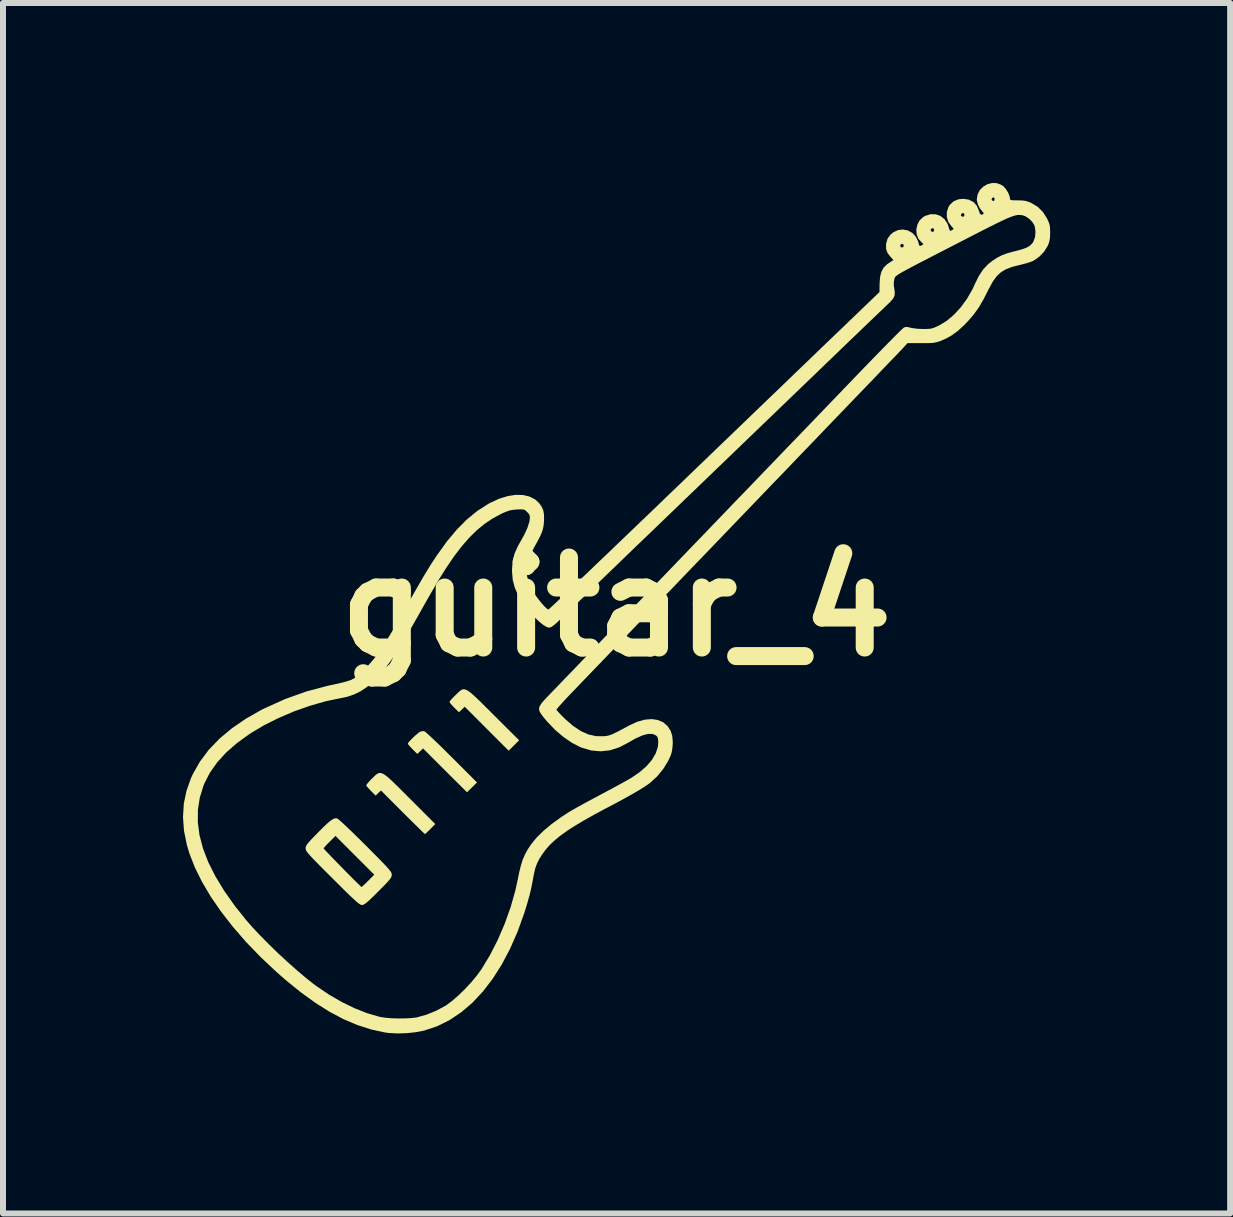
<source format=kicad_pcb>
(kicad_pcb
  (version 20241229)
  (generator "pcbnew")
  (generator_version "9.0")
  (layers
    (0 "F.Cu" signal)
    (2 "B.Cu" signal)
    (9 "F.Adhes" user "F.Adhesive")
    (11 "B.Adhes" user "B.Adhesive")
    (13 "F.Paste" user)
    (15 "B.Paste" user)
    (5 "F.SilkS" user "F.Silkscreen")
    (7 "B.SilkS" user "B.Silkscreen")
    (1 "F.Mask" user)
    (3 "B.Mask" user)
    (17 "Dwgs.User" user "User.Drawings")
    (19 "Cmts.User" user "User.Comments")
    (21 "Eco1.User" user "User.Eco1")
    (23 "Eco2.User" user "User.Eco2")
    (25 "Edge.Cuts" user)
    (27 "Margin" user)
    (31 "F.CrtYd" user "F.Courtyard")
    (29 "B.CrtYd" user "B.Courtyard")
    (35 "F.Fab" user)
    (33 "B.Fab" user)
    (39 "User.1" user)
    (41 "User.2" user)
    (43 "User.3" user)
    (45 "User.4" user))
  (footprint "guitar_4"
    (layer "F.Cu")
    (at 7.218 7.063)
    (property "Reference" "guitar_4" (at 0 0 0) (layer "F.SilkS") (effects (font (size 1.5 1.5) (thickness 0.3))))
    (attr board_only exclude_from_pos_files exclude_from_bom)
    (fp_poly (pts (xy -2.521 1.375) (xy -2.486 1.389) (xy -2.444 1.416) (xy -2.392 1.459) (xy -2.328 1.518) (xy -2.248 1.595) (xy -2.151 1.692) (xy -2.044 1.798) (xy -1.617 2.224) (xy -1.704 2.311) (xy -1.791 2.398) (xy -2.157 2.032) (xy -2.523 1.665) (xy -2.571 1.711) (xy -2.619 1.757) (xy -2.698 1.68) (xy -2.737 1.639) (xy -2.765 1.605) (xy -2.777 1.585) (xy -2.777 1.585) (xy -2.766 1.566) (xy -2.737 1.533) (xy -2.696 1.49) (xy -2.675 1.47) (xy -2.638 1.434) (xy -2.607 1.405) (xy -2.579 1.385) (xy -2.551 1.374)) (stroke (width 0) (type solid)) (fill yes) (layer "F.SilkS"))
    (fp_poly (pts (xy -3.197 2.073) (xy -3.179 2.086) (xy -3.141 2.118) (xy -3.086 2.169) (xy -3.017 2.234) (xy -2.936 2.311) (xy -2.847 2.399) (xy -2.752 2.494) (xy -2.741 2.504) (xy -2.319 2.927) (xy -2.402 3.009) (xy -2.485 3.091) (xy -2.852 2.726) (xy -3.218 2.36) (xy -3.266 2.406) (xy -3.313 2.452) (xy -3.392 2.374) (xy -3.431 2.333) (xy -3.46 2.3) (xy -3.471 2.28) (xy -3.471 2.28) (xy -3.46 2.26) (xy -3.431 2.227) (xy -3.391 2.186) (xy -3.347 2.145) (xy -3.306 2.109) (xy -3.273 2.085) (xy -3.268 2.083) (xy -3.227 2.071)) (stroke (width 0) (type solid)) (fill yes) (layer "F.SilkS"))
    (fp_poly (pts (xy -3.917 2.77) (xy -3.881 2.784) (xy -3.838 2.812) (xy -3.785 2.856) (xy -3.72 2.917) (xy -3.639 2.995) (xy -3.54 3.094) (xy -3.439 3.195) (xy -3.014 3.62) (xy -3.096 3.703) (xy -3.137 3.743) (xy -3.168 3.773) (xy -3.186 3.786) (xy -3.186 3.786) (xy -3.199 3.776) (xy -3.232 3.745) (xy -3.281 3.697) (xy -3.344 3.635) (xy -3.419 3.561) (xy -3.503 3.478) (xy -3.557 3.424) (xy -3.919 3.061) (xy -3.964 3.104) (xy -4.008 3.146) (xy -4.086 3.068) (xy -4.125 3.027) (xy -4.154 2.994) (xy -4.165 2.974) (xy -4.165 2.974) (xy -4.154 2.956) (xy -4.126 2.922) (xy -4.086 2.879) (xy -4.071 2.864) (xy -4.034 2.828) (xy -4.003 2.799) (xy -3.975 2.779) (xy -3.947 2.769)) (stroke (width 0) (type solid)) (fill yes) (layer "F.SilkS"))
    (fp_poly (pts (xy -4.649 3.527) (xy -4.63 3.54) (xy -4.591 3.573) (xy -4.536 3.623) (xy -4.466 3.689) (xy -4.385 3.767) (xy -4.295 3.855) (xy -4.198 3.951) (xy -4.175 3.973) (xy -4.065 4.085) (xy -3.974 4.176) (xy -3.902 4.25) (xy -3.846 4.308) (xy -3.805 4.353) (xy -3.776 4.388) (xy -3.756 4.414) (xy -3.745 4.435) (xy -3.74 4.451) (xy -3.739 4.465) (xy -3.741 4.485) (xy -3.749 4.507) (xy -3.765 4.533) (xy -3.793 4.567) (xy -3.835 4.613) (xy -3.895 4.674) (xy -3.964 4.744) (xy -4.044 4.823) (xy -4.105 4.882) (xy -4.151 4.923) (xy -4.185 4.95) (xy -4.211 4.964) (xy -4.231 4.969) (xy -4.236 4.97) (xy -4.25 4.967) (xy -4.269 4.958) (xy -4.295 4.94) (xy -4.33 4.911) (xy -4.375 4.87) (xy -4.434 4.815) (xy -4.508 4.743) (xy -4.599 4.653) (xy -4.71 4.542) (xy -4.728 4.524) (xy -4.841 4.412) (xy -4.932 4.32) (xy -5.006 4.245) (xy -5.063 4.186) (xy -5.105 4.14) (xy -5.136 4.105) (xy -5.156 4.078) (xy -5.168 4.057) (xy -5.173 4.04) (xy -5.175 4.025) (xy -4.875 4.025) (xy -4.864 4.039) (xy -4.835 4.071) (xy -4.79 4.118) (xy -4.733 4.178) (xy -4.667 4.245) (xy -4.596 4.318) (xy -4.524 4.392) (xy -4.453 4.464) (xy -4.387 4.53) (xy -4.33 4.587) (xy -4.284 4.631) (xy -4.254 4.66) (xy -4.243 4.669) (xy -4.229 4.659) (xy -4.199 4.631) (xy -4.157 4.591) (xy -4.133 4.567) (xy -4.031 4.464) (xy -4.354 4.141) (xy -4.677 3.818) (xy -4.776 3.916) (xy -4.82 3.961) (xy -4.854 3.998) (xy -4.873 4.021) (xy -4.875 4.025) (xy -5.175 4.025) (xy -5.175 4.025) (xy -5.175 4.025) (xy -5.173 4.003) (xy -5.164 3.98) (xy -5.147 3.953) (xy -5.117 3.917) (xy -5.072 3.868) (xy -5.009 3.803) (xy -4.974 3.767) (xy -4.889 3.682) (xy -4.822 3.618) (xy -4.77 3.573) (xy -4.729 3.544) (xy -4.697 3.528) (xy -4.669 3.524)) (stroke (width 0) (type solid)) (fill yes) (layer "F.SilkS"))
    (fp_poly (pts (xy 6.344 -7.061) (xy 6.419 -7.033) (xy 6.455 -7.008) (xy 6.496 -6.962) (xy 6.533 -6.903) (xy 6.557 -6.843) (xy 6.563 -6.807) (xy 6.565 -6.791) (xy 6.577 -6.781) (xy 6.603 -6.776) (xy 6.652 -6.774) (xy 6.693 -6.774) (xy 6.769 -6.772) (xy 6.827 -6.764) (xy 6.88 -6.747) (xy 6.912 -6.734) (xy 7.025 -6.667) (xy 7.114 -6.579) (xy 7.182 -6.471) (xy 7.208 -6.414) (xy 7.224 -6.368) (xy 7.231 -6.319) (xy 7.233 -6.254) (xy 7.233 -6.232) (xy 7.231 -6.157) (xy 7.223 -6.102) (xy 7.209 -6.054) (xy 7.189 -6.009) (xy 7.131 -5.917) (xy 7.053 -5.836) (xy 6.964 -5.773) (xy 6.931 -5.757) (xy 6.881 -5.739) (xy 6.813 -5.719) (xy 6.739 -5.7) (xy 6.721 -5.696) (xy 6.596 -5.664) (xy 6.494 -5.625) (xy 6.411 -5.574) (xy 6.34 -5.507) (xy 6.277 -5.419) (xy 6.215 -5.306) (xy 6.199 -5.275) (xy 6.12 -5.119) (xy 6.042 -4.987) (xy 5.96 -4.872) (xy 5.868 -4.765) (xy 5.807 -4.701) (xy 5.701 -4.604) (xy 5.601 -4.529) (xy 5.499 -4.471) (xy 5.402 -4.429) (xy 5.36 -4.415) (xy 5.318 -4.405) (xy 5.27 -4.398) (xy 5.207 -4.395) (xy 5.123 -4.394) (xy 5.082 -4.394) (xy 4.856 -4.394) (xy 4.79 -4.322) (xy 4.775 -4.305) (xy 4.738 -4.267) (xy 4.682 -4.208) (xy 4.607 -4.13) (xy 4.514 -4.033) (xy 4.404 -3.919) (xy 4.279 -3.788) (xy 4.139 -3.643) (xy 3.985 -3.483) (xy 3.819 -3.31) (xy 3.641 -3.125) (xy 3.453 -2.929) (xy 3.256 -2.723) (xy 3.049 -2.509) (xy 2.836 -2.286) (xy 2.616 -2.058) (xy 2.39 -1.823) (xy 2.161 -1.584) (xy 1.928 -1.342) (xy 1.693 -1.097) (xy 1.456 -0.851) (xy 1.219 -0.605) (xy 0.984 -0.36) (xy 0.75 -0.117) (xy 0.518 0.123) (xy 0.291 0.359) (xy 0.069 0.59) (xy -0.147 0.815) (xy -0.356 1.032) (xy -0.557 1.241) (xy -0.698 1.388) (xy -0.776 1.469) (xy -0.847 1.544) (xy -0.906 1.609) (xy -0.953 1.661) (xy -0.983 1.697) (xy -0.994 1.713) (xy -0.994 1.713) (xy -0.983 1.731) (xy -0.953 1.765) (xy -0.909 1.811) (xy -0.855 1.864) (xy -0.847 1.872) (xy -0.715 1.986) (xy -0.587 2.071) (xy -0.462 2.127) (xy -0.336 2.155) (xy -0.21 2.157) (xy -0.171 2.153) (xy -0.135 2.147) (xy -0.097 2.136) (xy -0.053 2.118) (xy 0.002 2.092) (xy 0.073 2.055) (xy 0.164 2.007) (xy 0.224 1.974) (xy 0.353 1.915) (xy 0.477 1.881) (xy 0.592 1.871) (xy 0.696 1.886) (xy 0.786 1.925) (xy 0.856 1.987) (xy 0.907 2.063) (xy 0.935 2.149) (xy 0.944 2.251) (xy 0.942 2.306) (xy 0.935 2.377) (xy 0.923 2.436) (xy 0.902 2.494) (xy 0.868 2.566) (xy 0.787 2.7) (xy 0.683 2.827) (xy 0.564 2.935) (xy 0.544 2.95) (xy 0.475 2.997) (xy 0.385 3.054) (xy 0.271 3.12) (xy 0.133 3.197) (xy -0.031 3.286) (xy -0.15 3.348) (xy -0.355 3.458) (xy -0.534 3.558) (xy -0.688 3.65) (xy -0.82 3.735) (xy -0.932 3.816) (xy -1.027 3.894) (xy -1.107 3.97) (xy -1.175 4.047) (xy -1.233 4.127) (xy -1.236 4.131) (xy -1.285 4.21) (xy -1.32 4.282) (xy -1.347 4.356) (xy -1.368 4.445) (xy -1.381 4.514) (xy -1.408 4.658) (xy -1.441 4.8) (xy -1.483 4.95) (xy -1.532 5.108) (xy -1.643 5.416) (xy -1.769 5.702) (xy -1.907 5.963) (xy -2.058 6.2) (xy -2.221 6.412) (xy -2.395 6.598) (xy -2.58 6.756) (xy -2.774 6.886) (xy -2.978 6.988) (xy -3.189 7.059) (xy -3.198 7.062) (xy -3.337 7.089) (xy -3.49 7.105) (xy -3.645 7.11) (xy -3.791 7.102) (xy -3.857 7.093) (xy -4.085 7.043) (xy -4.312 6.97) (xy -4.541 6.873) (xy -4.773 6.75) (xy -5.01 6.601) (xy -5.254 6.425) (xy -5.506 6.221) (xy -5.664 6.082) (xy -5.926 5.836) (xy -6.167 5.586) (xy -6.386 5.334) (xy -6.582 5.082) (xy -6.754 4.833) (xy -6.9 4.586) (xy -7.02 4.345) (xy -7.111 4.112) (xy -7.154 3.967) (xy -7.202 3.731) (xy -7.212 3.592) (xy -6.971 3.592) (xy -6.943 3.806) (xy -6.885 4.027) (xy -6.797 4.255) (xy -6.679 4.49) (xy -6.531 4.734) (xy -6.354 4.985) (xy -6.171 5.214) (xy -6.061 5.34) (xy -5.931 5.478) (xy -5.788 5.623) (xy -5.636 5.771) (xy -5.48 5.915) (xy -5.326 6.052) (xy -5.179 6.177) (xy -5.044 6.284) (xy -4.993 6.322) (xy -4.786 6.462) (xy -4.574 6.585) (xy -4.361 6.689) (xy -4.153 6.771) (xy -3.955 6.829) (xy -3.92 6.837) (xy -3.838 6.849) (xy -3.736 6.857) (xy -3.623 6.86) (xy -3.51 6.859) (xy -3.407 6.853) (xy -3.323 6.843) (xy -3.313 6.84) (xy -3.157 6.796) (xy -2.998 6.731) (xy -2.851 6.652) (xy -2.831 6.64) (xy -2.735 6.569) (xy -2.63 6.478) (xy -2.521 6.372) (xy -2.416 6.259) (xy -2.321 6.145) (xy -2.246 6.042) (xy -2.104 5.808) (xy -1.973 5.552) (xy -1.857 5.282) (xy -1.758 5.005) (xy -1.68 4.73) (xy -1.641 4.551) (xy -1.613 4.415) (xy -1.585 4.303) (xy -1.555 4.209) (xy -1.518 4.125) (xy -1.474 4.045) (xy -1.418 3.96) (xy -1.411 3.951) (xy -1.325 3.845) (xy -1.211 3.734) (xy -1.075 3.62) (xy -0.919 3.507) (xy -0.789 3.422) (xy -0.738 3.392) (xy -0.665 3.35) (xy -0.574 3.3) (xy -0.472 3.244) (xy -0.363 3.186) (xy -0.268 3.135) (xy -0.159 3.077) (xy -0.051 3.019) (xy 0.05 2.964) (xy 0.138 2.916) (xy 0.208 2.876) (xy 0.251 2.852) (xy 0.391 2.756) (xy 0.508 2.654) (xy 0.598 2.549) (xy 0.661 2.441) (xy 0.696 2.332) (xy 0.702 2.268) (xy 0.7 2.212) (xy 0.692 2.177) (xy 0.675 2.153) (xy 0.665 2.144) (xy 0.608 2.118) (xy 0.532 2.118) (xy 0.438 2.143) (xy 0.325 2.193) (xy 0.205 2.262) (xy 0.051 2.342) (xy -0.102 2.391) (xy -0.257 2.408) (xy -0.413 2.394) (xy -0.571 2.348) (xy -0.6 2.337) (xy -0.737 2.266) (xy -0.878 2.169) (xy -1.017 2.051) (xy -1.147 1.915) (xy -1.204 1.848) (xy -1.247 1.791) (xy -1.275 1.745) (xy -1.285 1.704) (xy -1.277 1.663) (xy -1.25 1.617) (xy -1.203 1.56) (xy -1.134 1.487) (xy -1.127 1.48) (xy -1.1 1.452) (xy -1.053 1.403) (xy -0.986 1.334) (xy -0.901 1.245) (xy -0.798 1.138) (xy -0.679 1.015) (xy -0.545 0.875) (xy -0.397 0.722) (xy -0.236 0.554) (xy -0.063 0.375) (xy 0.121 0.184) (xy 0.313 -0.016) (xy 0.515 -0.225) (xy 0.723 -0.442) (xy 0.938 -0.665) (xy 1.157 -0.893) (xy 1.254 -0.994) (xy 1.484 -1.232) (xy 1.713 -1.471) (xy 1.941 -1.708) (xy 2.167 -1.942) (xy 2.387 -2.171) (xy 2.603 -2.395) (xy 2.81 -2.611) (xy 3.01 -2.818) (xy 3.199 -3.014) (xy 3.376 -3.198) (xy 3.54 -3.369) (xy 3.69 -3.525) (xy 3.824 -3.664) (xy 3.94 -3.785) (xy 4.037 -3.886) (xy 4.114 -3.966) (xy 4.116 -3.968) (xy 4.233 -4.089) (xy 4.345 -4.204) (xy 4.449 -4.31) (xy 4.543 -4.406) (xy 4.625 -4.489) (xy 4.693 -4.557) (xy 4.745 -4.608) (xy 4.78 -4.641) (xy 4.793 -4.652) (xy 4.823 -4.664) (xy 4.856 -4.663) (xy 4.904 -4.652) (xy 4.955 -4.642) (xy 5.024 -4.634) (xy 5.099 -4.631) (xy 5.12 -4.63) (xy 5.192 -4.631) (xy 5.244 -4.636) (xy 5.289 -4.648) (xy 5.34 -4.669) (xy 5.388 -4.692) (xy 5.512 -4.768) (xy 5.632 -4.87) (xy 5.747 -4.995) (xy 5.85 -5.138) (xy 5.94 -5.295) (xy 5.98 -5.382) (xy 6.045 -5.514) (xy 6.116 -5.621) (xy 6.199 -5.71) (xy 6.271 -5.767) (xy 6.349 -5.818) (xy 6.427 -5.858) (xy 6.515 -5.891) (xy 6.621 -5.921) (xy 6.668 -5.932) (xy 6.768 -5.959) (xy 6.843 -5.987) (xy 6.897 -6.019) (xy 6.936 -6.059) (xy 6.954 -6.086) (xy 6.981 -6.161) (xy 6.989 -6.248) (xy 6.978 -6.332) (xy 6.968 -6.363) (xy 6.931 -6.42) (xy 6.877 -6.472) (xy 6.816 -6.511) (xy 6.775 -6.525) (xy 6.747 -6.529) (xy 6.719 -6.531) (xy 6.689 -6.53) (xy 6.655 -6.523) (xy 6.614 -6.511) (xy 6.564 -6.493) (xy 6.503 -6.467) (xy 6.427 -6.432) (xy 6.335 -6.387) (xy 6.224 -6.332) (xy 6.092 -6.265) (xy 5.936 -6.185) (xy 5.798 -6.114) (xy 5.592 -6.008) (xy 5.413 -5.916) (xy 5.258 -5.836) (xy 5.126 -5.768) (xy 5.014 -5.71) (xy 4.921 -5.661) (xy 4.846 -5.621) (xy 4.786 -5.588) (xy 4.739 -5.561) (xy 4.704 -5.54) (xy 4.679 -5.523) (xy 4.662 -5.509) (xy 4.651 -5.498) (xy 4.645 -5.487) (xy 4.641 -5.477) (xy 4.638 -5.466) (xy 4.637 -5.459) (xy 4.627 -5.406) (xy 4.629 -5.343) (xy 4.636 -5.301) (xy 4.644 -5.239) (xy 4.641 -5.19) (xy 4.622 -5.146) (xy 4.586 -5.1) (xy 4.528 -5.043) (xy 4.525 -5.04) (xy 4.507 -5.023) (xy 4.467 -4.985) (xy 4.407 -4.927) (xy 4.328 -4.852) (xy 4.231 -4.759) (xy 4.118 -4.65) (xy 3.989 -4.526) (xy 3.846 -4.389) (xy 3.691 -4.239) (xy 3.523 -4.078) (xy 3.346 -3.907) (xy 3.159 -3.727) (xy 2.964 -3.54) (xy 2.763 -3.346) (xy 2.556 -3.147) (xy 2.344 -2.943) (xy 2.13 -2.737) (xy 1.914 -2.529) (xy 1.698 -2.321) (xy 1.482 -2.113) (xy 1.268 -1.907) (xy 1.057 -1.704) (xy 0.851 -1.506) (xy 0.65 -1.312) (xy 0.456 -1.126) (xy 0.27 -0.947) (xy 0.094 -0.777) (xy -0.072 -0.617) (xy -0.226 -0.469) (xy -0.367 -0.333) (xy -0.494 -0.21) (xy -0.606 -0.103) (xy -0.7 -0.012) (xy -0.777 0.062) (xy -0.834 0.118) (xy -0.863 0.145) (xy -0.94 0.219) (xy -0.998 0.273) (xy -1.042 0.31) (xy -1.074 0.333) (xy -1.099 0.344) (xy -1.118 0.347) (xy -1.161 0.334) (xy -1.218 0.299) (xy -1.284 0.245) (xy -1.355 0.177) (xy -1.428 0.098) (xy -1.498 0.012) (xy -1.563 -0.076) (xy -1.617 -0.162) (xy -1.632 -0.189) (xy -1.689 -0.32) (xy -1.723 -0.45) (xy -1.735 -0.593) (xy -1.735 -0.617) (xy -1.725 -0.757) (xy -1.693 -0.887) (xy -1.636 -1.014) (xy -1.608 -1.063) (xy -1.533 -1.197) (xy -1.479 -1.314) (xy -1.448 -1.41) (xy -1.441 -1.448) (xy -1.437 -1.498) (xy -1.443 -1.53) (xy -1.462 -1.559) (xy -1.482 -1.579) (xy -1.508 -1.604) (xy -1.531 -1.618) (xy -1.56 -1.624) (xy -1.605 -1.624) (xy -1.656 -1.622) (xy -1.72 -1.616) (xy -1.773 -1.606) (xy -1.827 -1.588) (xy -1.893 -1.56) (xy -1.928 -1.543) (xy -2.064 -1.469) (xy -2.194 -1.381) (xy -2.321 -1.277) (xy -2.445 -1.155) (xy -2.57 -1.012) (xy -2.696 -0.848) (xy -2.825 -0.659) (xy -2.96 -0.444) (xy -3.095 -0.213) (xy -3.151 -0.115) (xy -3.216 -0.000267) (xy -3.283 0.119) (xy -3.347 0.232) (xy -3.376 0.284) (xy -3.507 0.51) (xy -3.628 0.708) (xy -3.742 0.88) (xy -3.851 1.027) (xy -3.955 1.152) (xy -4.056 1.256) (xy -4.157 1.34) (xy -4.26 1.408) (xy -4.364 1.459) (xy -4.474 1.497) (xy -4.589 1.522) (xy -4.591 1.522) (xy -4.841 1.574) (xy -5.102 1.649) (xy -5.366 1.742) (xy -5.624 1.852) (xy -5.868 1.974) (xy -6.09 2.106) (xy -6.113 2.122) (xy -6.323 2.274) (xy -6.502 2.431) (xy -6.651 2.595) (xy -6.771 2.766) (xy -6.862 2.944) (xy -6.879 2.986) (xy -6.939 3.183) (xy -6.97 3.384) (xy -6.971 3.592) (xy -7.212 3.592) (xy -7.218 3.503) (xy -7.205 3.282) (xy -7.16 3.066) (xy -7.085 2.855) (xy -7.052 2.783) (xy -6.935 2.578) (xy -6.789 2.383) (xy -6.613 2.2) (xy -6.408 2.028) (xy -6.174 1.867) (xy -5.911 1.717) (xy -5.86 1.692) (xy -5.514 1.536) (xy -5.16 1.41) (xy -4.798 1.314) (xy -4.706 1.295) (xy -4.619 1.276) (xy -4.535 1.255) (xy -4.465 1.235) (xy -4.415 1.218) (xy -4.407 1.214) (xy -4.357 1.184) (xy -4.293 1.132) (xy -4.218 1.065) (xy -4.18 1.027) (xy -4.118 0.962) (xy -4.058 0.893) (xy -3.997 0.816) (xy -3.934 0.728) (xy -3.866 0.626) (xy -3.792 0.507) (xy -3.709 0.369) (xy -3.616 0.209) (xy -3.511 0.024) (xy -3.423 -0.133) (xy -3.348 -0.265) (xy -3.284 -0.377) (xy -3.229 -0.472) (xy -3.181 -0.553) (xy -3.137 -0.625) (xy -3.096 -0.691) (xy -3.056 -0.754) (xy -3.014 -0.817) (xy -2.98 -0.868) (xy -2.817 -1.094) (xy -2.652 -1.29) (xy -2.485 -1.458) (xy -2.313 -1.598) (xy -2.135 -1.713) (xy -2.098 -1.733) (xy -1.951 -1.801) (xy -1.808 -1.845) (xy -1.674 -1.866) (xy -1.551 -1.863) (xy -1.441 -1.837) (xy -1.347 -1.788) (xy -1.286 -1.731) (xy -1.242 -1.671) (xy -1.215 -1.611) (xy -1.202 -1.54) (xy -1.201 -1.449) (xy -1.202 -1.43) (xy -1.207 -1.366) (xy -1.217 -1.31) (xy -1.234 -1.253) (xy -1.259 -1.191) (xy -1.297 -1.116) (xy -1.348 -1.023) (xy -1.365 -0.993) (xy -1.433 -0.859) (xy -1.476 -0.737) (xy -1.492 -0.622) (xy -1.484 -0.509) (xy -1.451 -0.393) (xy -1.413 -0.307) (xy -1.382 -0.251) (xy -1.341 -0.189) (xy -1.294 -0.125) (xy -1.245 -0.064) (xy -1.2 -0.013) (xy -1.161 0.025) (xy -1.134 0.043) (xy -1.127 0.044) (xy -1.114 0.033) (xy -1.079 0.001) (xy -1.023 -0.051) (xy -0.948 -0.121) (xy -0.855 -0.21) (xy -0.745 -0.314) (xy -0.619 -0.435) (xy -0.477 -0.569) (xy -0.323 -0.717) (xy -0.155 -0.877) (xy 0.024 -1.049) (xy 0.213 -1.23) (xy 0.412 -1.421) (xy 0.619 -1.619) (xy 0.832 -1.825) (xy 1.043 -2.027) (xy 1.272 -2.248) (xy 1.502 -2.469) (xy 1.729 -2.688) (xy 1.954 -2.904) (xy 2.173 -3.115) (xy 2.386 -3.32) (xy 2.591 -3.517) (xy 2.787 -3.705) (xy 2.971 -3.883) (xy 3.143 -4.048) (xy 3.301 -4.2) (xy 3.442 -4.336) (xy 3.567 -4.456) (xy 3.672 -4.557) (xy 3.758 -4.639) (xy 3.79 -4.67) (xy 4.389 -5.246) (xy 4.391 -5.388) (xy 4.399 -5.498) (xy 4.42 -5.583) (xy 4.457 -5.651) (xy 4.513 -5.707) (xy 4.545 -5.729) (xy 4.622 -5.779) (xy 4.567 -5.839) (xy 4.523 -5.898) (xy 4.501 -5.955) (xy 4.498 -6.024) (xy 4.498 -6.029) (xy 4.736 -6.029) (xy 4.737 -6.004) (xy 4.753 -5.99) (xy 4.781 -5.992) (xy 4.794 -6.015) (xy 4.791 -6.033) (xy 4.771 -6.05) (xy 4.757 -6.048) (xy 4.736 -6.029) (xy 4.498 -6.029) (xy 4.5 -6.053) (xy 4.523 -6.135) (xy 4.571 -6.202) (xy 4.62 -6.242) (xy 4.699 -6.279) (xy 4.782 -6.288) (xy 4.863 -6.272) (xy 4.935 -6.232) (xy 4.993 -6.171) (xy 5.032 -6.092) (xy 5.035 -6.081) (xy 5.047 -6.036) (xy 5.057 -6.016) (xy 5.073 -6.016) (xy 5.098 -6.028) (xy 5.118 -6.041) (xy 5.116 -6.053) (xy 5.091 -6.074) (xy 5.038 -6.134) (xy 5.009 -6.207) (xy 5.004 -6.275) (xy 5.241 -6.275) (xy 5.246 -6.263) (xy 5.269 -6.248) (xy 5.292 -6.256) (xy 5.301 -6.279) (xy 5.291 -6.305) (xy 5.278 -6.311) (xy 5.25 -6.3) (xy 5.241 -6.275) (xy 5.004 -6.275) (xy 5.003 -6.286) (xy 5.019 -6.365) (xy 5.055 -6.436) (xy 5.113 -6.493) (xy 5.148 -6.514) (xy 5.239 -6.543) (xy 5.326 -6.542) (xy 5.406 -6.514) (xy 5.473 -6.46) (xy 5.523 -6.384) (xy 5.54 -6.337) (xy 5.553 -6.291) (xy 5.563 -6.27) (xy 5.575 -6.266) (xy 5.595 -6.276) (xy 5.6 -6.279) (xy 5.62 -6.291) (xy 5.621 -6.304) (xy 5.604 -6.326) (xy 5.587 -6.343) (xy 5.536 -6.414) (xy 5.511 -6.497) (xy 5.511 -6.528) (xy 5.746 -6.528) (xy 5.75 -6.516) (xy 5.773 -6.5) (xy 5.797 -6.508) (xy 5.806 -6.531) (xy 5.796 -6.557) (xy 5.783 -6.563) (xy 5.755 -6.552) (xy 5.746 -6.528) (xy 5.511 -6.528) (xy 5.512 -6.583) (xy 5.539 -6.664) (xy 5.561 -6.699) (xy 5.624 -6.758) (xy 5.703 -6.791) (xy 5.783 -6.8) (xy 5.877 -6.786) (xy 5.954 -6.747) (xy 6.011 -6.684) (xy 6.047 -6.599) (xy 6.063 -6.552) (xy 6.082 -6.534) (xy 6.109 -6.539) (xy 6.118 -6.545) (xy 6.127 -6.559) (xy 6.111 -6.582) (xy 6.104 -6.588) (xy 6.06 -6.643) (xy 6.027 -6.712) (xy 6.011 -6.78) (xy 6.011 -6.792) (xy 6.011 -6.793) (xy 6.256 -6.793) (xy 6.266 -6.773) (xy 6.288 -6.761) (xy 6.304 -6.773) (xy 6.307 -6.8) (xy 6.305 -6.808) (xy 6.292 -6.826) (xy 6.272 -6.816) (xy 6.271 -6.815) (xy 6.256 -6.793) (xy 6.011 -6.793) (xy 6.025 -6.875) (xy 6.062 -6.946) (xy 6.119 -7.003) (xy 6.188 -7.043) (xy 6.265 -7.063)) (stroke (width 0) (type solid)) (fill yes) (layer "F.SilkS")))
  (gr_rect
    (start -3 -3)
    (end 17.451 17.173)
    (stroke (width 0.1) (type default))
    (fill no)
    (layer "Edge.Cuts")))
</source>
